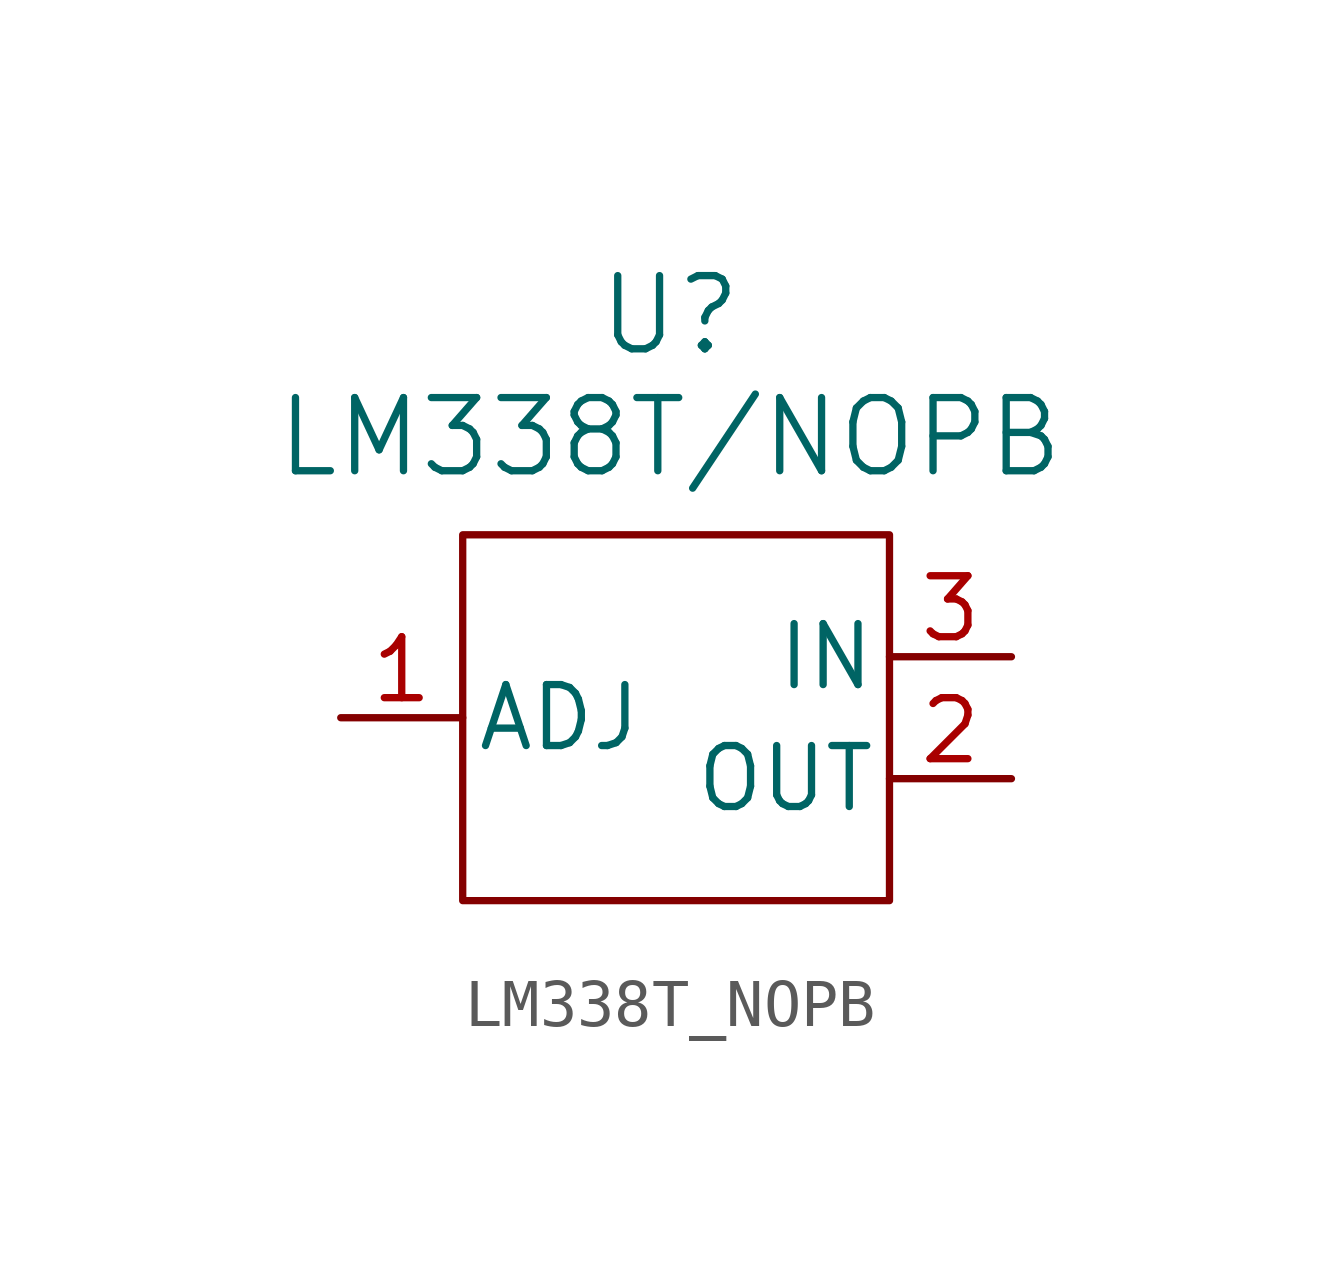
<source format=kicad_sym>
(kicad_symbol_lib
  (version 20241209)
  (generator "kicad_symbol_editor")
  (generator_version "9.0")
  (symbol "LM338T_NOPB"
    (pin_names
      (offset 0.254))
    (property "Reference" "U"
      (at 22.098 7.112 0)
      (effects (font (size 1.524 1.524))))
    (property "Value" "LM338T/NOPB"
      (at 22.098 4.572 0)
      (effects (font (size 1.524 1.524))))
    (symbol "LM338T_NOPB_0_1"
      (pin input line (at 15.24 -1.27 0) (length 2.54) (name "ADJ" (effects (font (size 1.27 1.27)))) (number "1" (effects (font (size 1.27 1.27)))))
      (pin power_in line (at 29.21 0 180) (length 2.54) (name "IN" (effects (font (size 1.27 1.27)))) (number "3" (effects (font (size 1.27 1.27))))))
    (symbol "LM338T_NOPB_1_1"
      (rectangle (start 17.78 2.54) (end 26.67 -5.08) (stroke (width 0) (type default)) (fill (type none)))
      (pin power_out line (at 29.21 -2.54 180) (length 2.54) (name "OUT" (effects (font (size 1.27 1.27)))) (number "2" (effects (font (size 1.27 1.27))))))))
</source>
